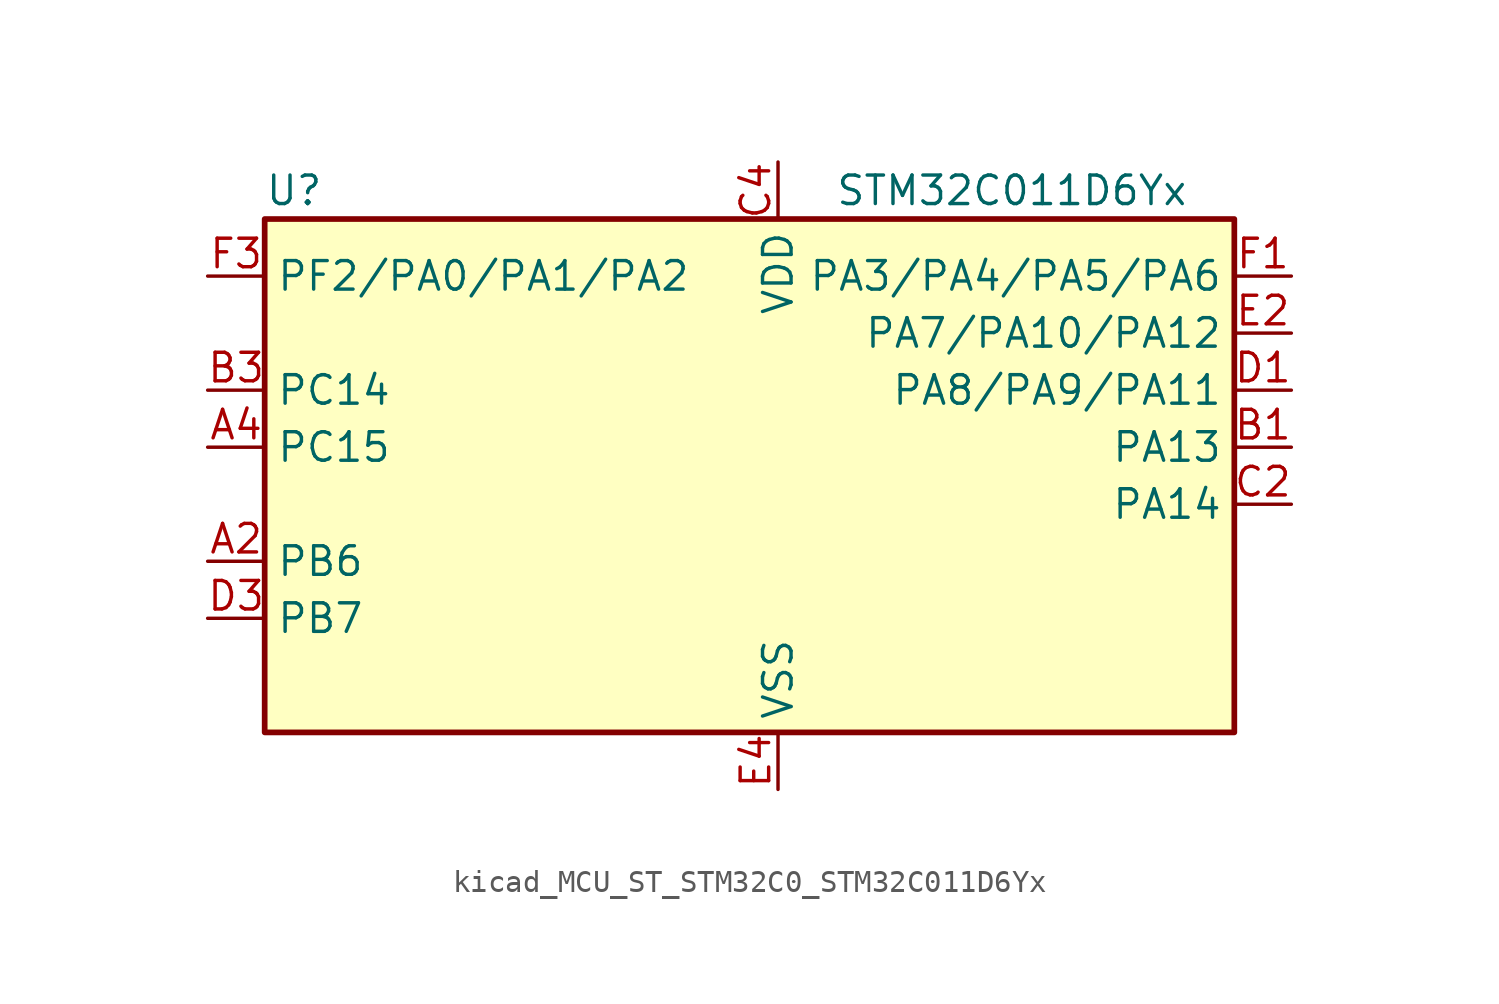
<source format=kicad_sym>
(kicad_symbol_lib
  (version 20220914)
  (generator kicad_symbol_editor)
  (symbol "kicad_MCU_ST_STM32C0_STM32C011D6Yx"
    (property "Reference" "U"
      (at -20.32 13.97 0)
      (effects (font (size 1.27 1.27)) (justify left)))
    (property "Value" "STM32C011D6Yx"
      (at 5.08 13.97 0)
      (effects (font (size 1.27 1.27)) (justify left)))
    (property "ki_locked" ""
      (at 0 0 0)
      (effects (font (size 1.27 1.27))))
    (symbol "kicad_MCU_ST_STM32C0_STM32C011D6Yx_0_1"
      (rectangle (start -20.32 -10.16) (end 22.86 12.7) (stroke (width 0.254) (type default)) (fill (type background))))
    (symbol "kicad_MCU_ST_STM32C0_STM32C011D6Yx_1_1"
      (pin bidirectional line (at -22.86 -2.54 0) (length 2.54) (name "PB6" (effects (font (size 1.27 1.27)))) (number "A2" (effects (font (size 1.27 1.27)))) (alternate "I2C1_SCL" bidirectional line) (alternate "I2C1_SMBA" bidirectional line) (alternate "I2S1_CK" bidirectional line) (alternate "I2S1_MCK" bidirectional line) (alternate "I2S1_SD" bidirectional line) (alternate "PWR_WKUP3" bidirectional line) (alternate "SPI1_MISO" bidirectional line) (alternate "SPI1_MOSI" bidirectional line) (alternate "SPI1_SCK" bidirectional line) (alternate "TIM16_BKIN" bidirectional line) (alternate "TIM16_CH1N" bidirectional line) (alternate "TIM17_BKIN" bidirectional line) (alternate "TIM1_CH2" bidirectional line) (alternate "TIM1_CH3" bidirectional line) (alternate "TIM3_CH1" bidirectional line) (alternate "TIM3_CH2" bidirectional line) (alternate "TIM3_CH3" bidirectional line) (alternate "USART1_CK" bidirectional line) (alternate "USART1_CTS" bidirectional line) (alternate "USART1_DE" bidirectional line) (alternate "USART1_NSS" bidirectional line) (alternate "USART1_RTS" bidirectional line) (alternate "USART1_TX" bidirectional line))
      (pin bidirectional line (at -22.86 2.54 0) (length 2.54) (name "PC15" (effects (font (size 1.27 1.27)))) (number "A4" (effects (font (size 1.27 1.27)))) (alternate "RCC_OSC32_EN" bidirectional line) (alternate "RCC_OSCX_OUT" bidirectional line) (alternate "RCC_OSC_EN" bidirectional line) (alternate "TIM1_ETR" bidirectional line) (alternate "TIM3_CH3" bidirectional line))
      (pin bidirectional line (at 25.4 2.54 180) (length 2.54) (name "PA13" (effects (font (size 1.27 1.27)))) (number "B1" (effects (font (size 1.27 1.27)))) (alternate "ADC1_IN13" bidirectional line) (alternate "DEBUG_SWDIO" bidirectional line) (alternate "IR_OUT" bidirectional line) (alternate "TIM3_ETR" bidirectional line) (alternate "USART2_RX" bidirectional line))
      (pin bidirectional line (at -22.86 5.08 0) (length 2.54) (name "PC14" (effects (font (size 1.27 1.27)))) (number "B3" (effects (font (size 1.27 1.27)))) (alternate "I2C1_SDA" bidirectional line) (alternate "IR_OUT" bidirectional line) (alternate "RCC_OSCX_IN" bidirectional line) (alternate "TIM17_CH1" bidirectional line) (alternate "TIM1_BKIN2" bidirectional line) (alternate "TIM1_ETR" bidirectional line) (alternate "TIM3_CH2" bidirectional line) (alternate "USART1_TX" bidirectional line) (alternate "USART2_CK" bidirectional line) (alternate "USART2_DE" bidirectional line) (alternate "USART2_RTS" bidirectional line))
      (pin bidirectional line (at 25.4 0 180) (length 2.54) (name "PA14" (effects (font (size 1.27 1.27)))) (number "C2" (effects (font (size 1.27 1.27)))) (alternate "ADC1_IN14" bidirectional line) (alternate "DEBUG_SWCLK" bidirectional line) (alternate "I2S1_WS" bidirectional line) (alternate "RCC_MCO_2" bidirectional line) (alternate "SPI1_NSS" bidirectional line) (alternate "TIM1_CH1" bidirectional line) (alternate "USART1_CK" bidirectional line) (alternate "USART1_DE" bidirectional line) (alternate "USART1_RTS" bidirectional line) (alternate "USART2_RX" bidirectional line) (alternate "USART2_TX" bidirectional line))
      (pin power_in line (at 2.54 15.24 270) (length 2.54) (name "VDD" (effects (font (size 1.27 1.27)))) (number "C4" (effects (font (size 1.27 1.27)))))
      (pin bidirectional line (at 25.4 5.08 180) (length 2.54) (name "PA8/PA9/PA11" (effects (font (size 1.27 1.27)))) (number "D1" (effects (font (size 1.27 1.27)))) (alternate "ADC1_IN8" bidirectional line) (alternate "I2S1_WS" bidirectional line) (alternate "RCC_MCO" bidirectional line) (alternate "RCC_MCO_2" bidirectional line) (alternate "SPI1_NSS" bidirectional line) (alternate "TIM14_CH1" bidirectional line) (alternate "TIM1_CH1" bidirectional line) (alternate "TIM1_CH2N" bidirectional line) (alternate "TIM1_CH3N" bidirectional line) (alternate "TIM3_CH3" bidirectional line) (alternate "TIM3_CH4" bidirectional line) (alternate "USART1_RX" bidirectional line) (alternate "USART2_TX" bidirectional line))
      (pin bidirectional line (at -22.86 -5.08 0) (length 2.54) (name "PB7" (effects (font (size 1.27 1.27)))) (number "D3" (effects (font (size 1.27 1.27)))) (alternate "I2C1_SCL" bidirectional line) (alternate "I2C1_SDA" bidirectional line) (alternate "RTC_REFIN" bidirectional line) (alternate "TIM16_CH1" bidirectional line) (alternate "TIM17_CH1N" bidirectional line) (alternate "TIM1_CH4" bidirectional line) (alternate "TIM3_CH1" bidirectional line) (alternate "TIM3_CH4" bidirectional line) (alternate "USART1_RX" bidirectional line) (alternate "USART2_CTS" bidirectional line) (alternate "USART2_NSS" bidirectional line))
      (pin bidirectional line (at 25.4 7.62 180) (length 2.54) (name "PA7/PA10/PA12" (effects (font (size 1.27 1.27)))) (number "E2" (effects (font (size 1.27 1.27)))) (alternate "ADC1_IN7" bidirectional line) (alternate "I2S1_SD" bidirectional line) (alternate "SPI1_MOSI" bidirectional line) (alternate "TIM14_CH1" bidirectional line) (alternate "TIM17_CH1" bidirectional line) (alternate "TIM1_CH1N" bidirectional line) (alternate "TIM3_CH2" bidirectional line))
      (pin power_in line (at 2.54 -12.7 90) (length 2.54) (name "VSS" (effects (font (size 1.27 1.27)))) (number "E4" (effects (font (size 1.27 1.27)))))
      (pin bidirectional line (at 25.4 10.16 180) (length 2.54) (name "PA3/PA4/PA5/PA6" (effects (font (size 1.27 1.27)))) (number "F1" (effects (font (size 1.27 1.27)))) (alternate "ADC1_IN3" bidirectional line) (alternate "TIM1_CH1N" bidirectional line) (alternate "TIM1_CH4" bidirectional line) (alternate "USART2_RX" bidirectional line))
      (pin bidirectional line (at -22.86 10.16 0) (length 2.54) (name "PF2/PA0/PA1/PA2" (effects (font (size 1.27 1.27)))) (number "F3" (effects (font (size 1.27 1.27)))) (alternate "RCC_MCO" bidirectional line) (alternate "TIM1_CH4" bidirectional line)))))
</source>
